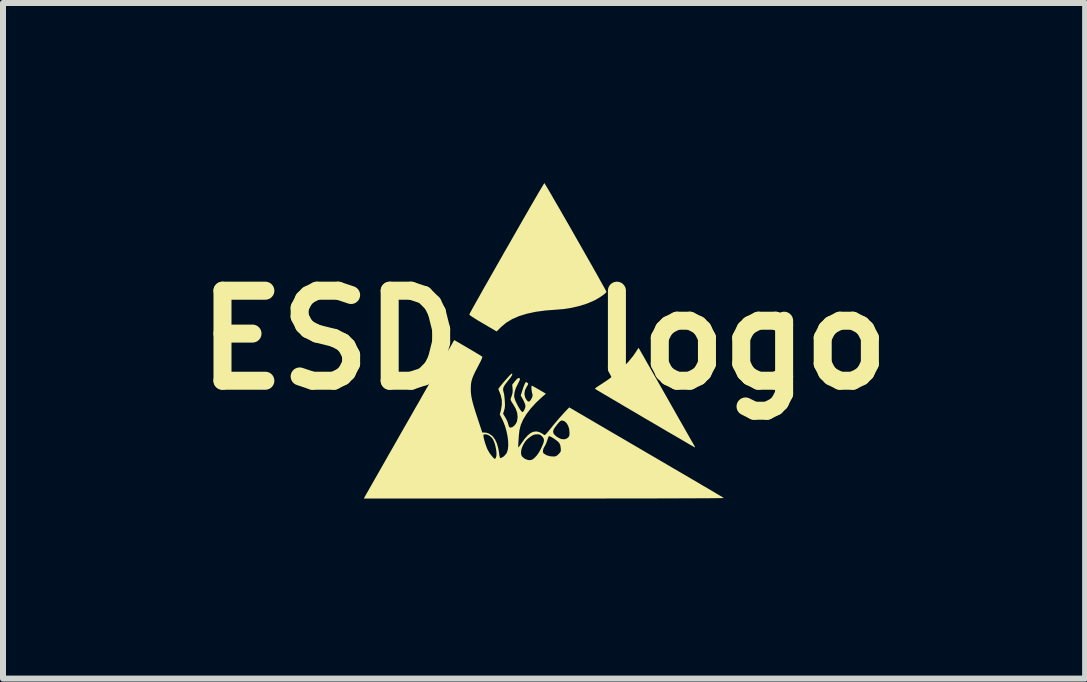
<source format=kicad_pcb>
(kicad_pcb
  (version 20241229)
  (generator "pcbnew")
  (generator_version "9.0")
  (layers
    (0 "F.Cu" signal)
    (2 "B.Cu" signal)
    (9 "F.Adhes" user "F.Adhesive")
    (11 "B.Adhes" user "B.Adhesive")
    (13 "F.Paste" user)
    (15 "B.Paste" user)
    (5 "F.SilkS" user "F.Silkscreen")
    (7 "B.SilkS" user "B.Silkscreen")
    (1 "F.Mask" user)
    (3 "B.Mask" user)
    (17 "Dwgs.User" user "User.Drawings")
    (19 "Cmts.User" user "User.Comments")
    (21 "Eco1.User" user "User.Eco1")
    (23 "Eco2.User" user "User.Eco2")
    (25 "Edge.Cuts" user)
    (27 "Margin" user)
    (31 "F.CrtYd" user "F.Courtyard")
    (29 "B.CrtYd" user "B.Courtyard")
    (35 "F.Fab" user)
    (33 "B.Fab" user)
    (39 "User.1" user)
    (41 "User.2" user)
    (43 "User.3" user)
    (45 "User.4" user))
  (footprint "ESD  logo"
    (layer "F.Cu")
    (at 6.014 2.615)
    (property "Reference" "ESD  logo" (at 0 0 0) (layer "F.SilkS") (effects (font (size 1.5 1.5) (thickness 0.3))))
    (attr exclude_from_pos_files exclude_from_bom)
    (fp_poly (pts (xy 1.591 0.157) (xy 1.599 0.17) (xy 1.615 0.199) (xy 1.64 0.242) (xy 1.673 0.3) (xy 1.712 0.369) (xy 1.758 0.449) (xy 1.809 0.539) (xy 1.865 0.637) (xy 1.925 0.742) (xy 1.988 0.853) (xy 2.046 0.955) (xy 2.111 1.07) (xy 2.174 1.181) (xy 2.233 1.286) (xy 2.289 1.383) (xy 2.34 1.473) (xy 2.385 1.552) (xy 2.424 1.621) (xy 2.456 1.677) (xy 2.481 1.72) (xy 2.496 1.747) (xy 2.503 1.758) (xy 2.513 1.779) (xy 2.516 1.789) (xy 2.514 1.79) (xy 2.505 1.785) (xy 2.479 1.77) (xy 2.438 1.747) (xy 2.384 1.716) (xy 2.318 1.677) (xy 2.24 1.631) (xy 2.152 1.58) (xy 2.055 1.524) (xy 1.95 1.462) (xy 1.839 1.397) (xy 1.723 1.329) (xy 1.681 1.305) (xy 1.563 1.235) (xy 1.45 1.169) (xy 1.343 1.106) (xy 1.244 1.047) (xy 1.153 0.994) (xy 1.071 0.945) (xy 1 0.904) (xy 0.942 0.869) (xy 0.896 0.842) (xy 0.866 0.823) (xy 0.85 0.814) (xy 0.849 0.813) (xy 0.854 0.805) (xy 0.873 0.789) (xy 0.903 0.768) (xy 0.933 0.749) (xy 1.065 0.662) (xy 1.188 0.568) (xy 1.3 0.469) (xy 1.4 0.368) (xy 1.484 0.266) (xy 1.528 0.202) (xy 1.574 0.13)) (stroke (width 0) (type solid)) (fill yes) (layer "F.SilkS"))
    (fp_poly (pts (xy 0.011 -2.606) (xy 0.026 -2.582) (xy 0.05 -2.543) (xy 0.08 -2.491) (xy 0.118 -2.427) (xy 0.161 -2.352) (xy 0.209 -2.269) (xy 0.262 -2.178) (xy 0.318 -2.08) (xy 0.377 -1.978) (xy 0.438 -1.872) (xy 0.499 -1.764) (xy 0.561 -1.655) (xy 0.623 -1.547) (xy 0.683 -1.441) (xy 0.741 -1.339) (xy 0.797 -1.241) (xy 0.848 -1.15) (xy 0.896 -1.066) (xy 0.937 -0.991) (xy 0.973 -0.927) (xy 1.002 -0.875) (xy 1.023 -0.836) (xy 1.036 -0.811) (xy 1.04 -0.803) (xy 1.032 -0.79) (xy 1.01 -0.769) (xy 0.977 -0.744) (xy 0.937 -0.717) (xy 0.892 -0.689) (xy 0.847 -0.664) (xy 0.837 -0.659) (xy 0.724 -0.61) (xy 0.597 -0.569) (xy 0.461 -0.537) (xy 0.32 -0.515) (xy 0.205 -0.506) (xy 0.024 -0.492) (xy -0.14 -0.47) (xy -0.287 -0.438) (xy -0.417 -0.398) (xy -0.531 -0.348) (xy -0.629 -0.289) (xy -0.712 -0.22) (xy -0.713 -0.219) (xy -0.79 -0.143) (xy -1.018 -0.277) (xy -1.093 -0.321) (xy -1.151 -0.357) (xy -1.195 -0.385) (xy -1.224 -0.405) (xy -1.24 -0.42) (xy -1.244 -0.428) (xy -1.239 -0.439) (xy -1.225 -0.465) (xy -1.202 -0.507) (xy -1.172 -0.562) (xy -1.134 -0.629) (xy -1.09 -0.707) (xy -1.041 -0.795) (xy -0.987 -0.891) (xy -0.928 -0.994) (xy -0.866 -1.103) (xy -0.802 -1.216) (xy -0.735 -1.333) (xy -0.668 -1.452) (xy -0.599 -1.571) (xy -0.531 -1.69) (xy -0.464 -1.807) (xy -0.399 -1.921) (xy -0.336 -2.031) (xy -0.276 -2.135) (xy -0.22 -2.233) (xy -0.168 -2.322) (xy -0.122 -2.401) (xy -0.082 -2.47) (xy -0.048 -2.527) (xy -0.022 -2.571) (xy -0.004 -2.6) (xy 0.004 -2.614) (xy 0.005 -2.615)) (stroke (width 0) (type solid)) (fill yes) (layer "F.SilkS"))
    (fp_poly (pts (xy -1.267 0.134) (xy -1.206 0.17) (xy -1.15 0.203) (xy -1.102 0.232) (xy -1.064 0.255) (xy -1.039 0.271) (xy -1.029 0.278) (xy -1.029 0.289) (xy -1.039 0.316) (xy -1.058 0.358) (xy -1.088 0.416) (xy -1.104 0.447) (xy -1.144 0.522) (xy -1.173 0.584) (xy -1.194 0.637) (xy -1.209 0.686) (xy -1.217 0.733) (xy -1.22 0.784) (xy -1.22 0.812) (xy -1.22 0.856) (xy -1.216 0.9) (xy -1.21 0.945) (xy -1.2 0.994) (xy -1.186 1.05) (xy -1.167 1.116) (xy -1.143 1.195) (xy -1.112 1.29) (xy -1.111 1.293) (xy -1.029 1.541) (xy -0.991 1.541) (xy -0.959 1.545) (xy -0.922 1.558) (xy -0.909 1.564) (xy -0.858 1.601) (xy -0.817 1.656) (xy -0.784 1.727) (xy -0.76 1.815) (xy -0.749 1.883) (xy -0.743 1.925) (xy -0.738 1.95) (xy -0.733 1.963) (xy -0.725 1.967) (xy -0.716 1.965) (xy -0.671 1.94) (xy -0.633 1.898) (xy -0.619 1.873) (xy -0.618 1.873) (xy -0.384 1.873) (xy -0.379 1.915) (xy -0.365 1.942) (xy -0.32 1.979) (xy -0.27 1.998) (xy -0.242 2.001) (xy -0.217 1.999) (xy -0.195 1.991) (xy -0.172 1.975) (xy -0.149 1.954) (xy -0.117 1.919) (xy -0.088 1.877) (xy -0.071 1.848) (xy -0.019 1.848) (xy -0.015 1.877) (xy -0.006 1.89) (xy 0.044 1.92) (xy 0.104 1.937) (xy 0.144 1.94) (xy 0.178 1.94) (xy 0.201 1.934) (xy 0.221 1.921) (xy 0.242 1.901) (xy 0.265 1.877) (xy 0.276 1.859) (xy 0.28 1.838) (xy 0.279 1.805) (xy 0.278 1.802) (xy 0.272 1.756) (xy 0.257 1.722) (xy 0.248 1.709) (xy 0.229 1.69) (xy 0.2 1.667) (xy 0.166 1.643) (xy 0.132 1.622) (xy 0.103 1.606) (xy 0.084 1.601) (xy 0.076 1.61) (xy 0.066 1.633) (xy 0.056 1.664) (xy 0.042 1.706) (xy 0.023 1.748) (xy 0.009 1.772) (xy -0.011 1.811) (xy -0.019 1.848) (xy -0.071 1.848) (xy -0.057 1.822) (xy -0.049 1.806) (xy -0.023 1.749) (xy -0.007 1.706) (xy -0.001 1.672) (xy -0.005 1.645) (xy -0.019 1.621) (xy -0.034 1.605) (xy -0.058 1.583) (xy -0.081 1.573) (xy -0.112 1.571) (xy -0.118 1.571) (xy -0.151 1.573) (xy -0.179 1.582) (xy -0.211 1.6) (xy -0.223 1.608) (xy -0.275 1.648) (xy -0.314 1.691) (xy -0.346 1.744) (xy -0.357 1.767) (xy -0.377 1.822) (xy -0.384 1.873) (xy -0.618 1.873) (xy -0.603 1.824) (xy -0.596 1.76) (xy -0.598 1.686) (xy -0.608 1.605) (xy -0.625 1.521) (xy -0.649 1.436) (xy -0.68 1.356) (xy -0.694 1.327) (xy -0.737 1.24) (xy -0.718 1.168) (xy -0.703 1.08) (xy -0.704 0.995) (xy -0.722 0.916) (xy -0.734 0.886) (xy -0.747 0.854) (xy -0.757 0.828) (xy -0.76 0.815) (xy -0.754 0.804) (xy -0.737 0.781) (xy -0.712 0.75) (xy -0.682 0.713) (xy -0.649 0.675) (xy -0.616 0.638) (xy -0.586 0.604) (xy -0.562 0.579) (xy -0.545 0.563) (xy -0.54 0.56) (xy -0.529 0.564) (xy -0.529 0.576) (xy -0.54 0.598) (xy -0.563 0.632) (xy -0.6 0.678) (xy -0.601 0.679) (xy -0.638 0.726) (xy -0.663 0.762) (xy -0.677 0.791) (xy -0.682 0.818) (xy -0.68 0.846) (xy -0.671 0.88) (xy -0.671 0.88) (xy -0.665 0.906) (xy -0.66 0.944) (xy -0.656 0.99) (xy -0.654 1.016) (xy -0.651 1.07) (xy -0.652 1.11) (xy -0.657 1.143) (xy -0.665 1.173) (xy -0.682 1.229) (xy -0.645 1.29) (xy -0.623 1.33) (xy -0.605 1.372) (xy -0.596 1.403) (xy -0.587 1.434) (xy -0.578 1.451) (xy -0.565 1.458) (xy -0.558 1.459) (xy -0.532 1.453) (xy -0.502 1.433) (xy -0.476 1.403) (xy -0.456 1.369) (xy -0.451 1.355) (xy -0.44 1.285) (xy -0.447 1.215) (xy -0.472 1.144) (xy -0.515 1.069) (xy -0.52 1.062) (xy -0.544 1.024) (xy -0.556 0.996) (xy -0.557 0.983) (xy -0.55 0.963) (xy -0.54 0.934) (xy -0.535 0.92) (xy -0.525 0.882) (xy -0.522 0.838) (xy -0.524 0.809) (xy -0.53 0.743) (xy -0.484 0.686) (xy -0.456 0.654) (xy -0.435 0.636) (xy -0.42 0.632) (xy -0.406 0.639) (xy -0.403 0.641) (xy -0.401 0.653) (xy -0.408 0.675) (xy -0.426 0.711) (xy -0.436 0.731) (xy -0.47 0.801) (xy -0.491 0.868) (xy -0.498 0.928) (xy -0.495 0.959) (xy -0.486 0.989) (xy -0.471 1.027) (xy -0.45 1.069) (xy -0.428 1.111) (xy -0.405 1.149) (xy -0.384 1.179) (xy -0.367 1.197) (xy -0.36 1.2) (xy -0.346 1.192) (xy -0.331 1.17) (xy -0.319 1.141) (xy -0.311 1.112) (xy -0.31 1.1) (xy -0.316 1.069) (xy -0.333 1.027) (xy -0.349 0.995) (xy -0.388 0.924) (xy -0.363 0.845) (xy -0.345 0.79) (xy -0.328 0.746) (xy -0.314 0.715) (xy -0.303 0.701) (xy -0.3 0.7) (xy -0.288 0.706) (xy -0.275 0.714) (xy -0.266 0.722) (xy -0.264 0.732) (xy -0.27 0.748) (xy -0.287 0.775) (xy -0.291 0.781) (xy -0.319 0.84) (xy -0.327 0.898) (xy -0.316 0.953) (xy -0.297 0.989) (xy -0.275 1.017) (xy -0.255 1.027) (xy -0.236 1.018) (xy -0.216 0.989) (xy -0.21 0.978) (xy -0.196 0.949) (xy -0.191 0.927) (xy -0.193 0.903) (xy -0.198 0.886) (xy -0.205 0.853) (xy -0.209 0.819) (xy -0.21 0.788) (xy -0.208 0.767) (xy -0.204 0.76) (xy -0.193 0.765) (xy -0.169 0.778) (xy -0.134 0.798) (xy -0.092 0.822) (xy -0.083 0.827) (xy 0.031 0.894) (xy -0.032 0.949) (xy -0.133 1.044) (xy -0.22 1.139) (xy -0.292 1.233) (xy -0.348 1.325) (xy -0.387 1.413) (xy -0.408 1.496) (xy -0.409 1.501) (xy -0.414 1.542) (xy -0.419 1.59) (xy -0.423 1.64) (xy -0.426 1.689) (xy -0.429 1.732) (xy -0.43 1.766) (xy -0.429 1.786) (xy -0.428 1.791) (xy -0.421 1.783) (xy -0.405 1.762) (xy -0.385 1.733) (xy -0.376 1.72) (xy -0.322 1.645) (xy -0.273 1.59) (xy -0.226 1.551) (xy -0.18 1.53) (xy -0.134 1.523) (xy -0.115 1.525) (xy -0.078 1.535) (xy -0.044 1.551) (xy -0.038 1.554) (xy -0.014 1.57) (xy 0.004 1.582) (xy 0.007 1.584) (xy 0.018 1.579) (xy 0.039 1.56) (xy 0.068 1.526) (xy 0.069 1.526) (xy 0.151 1.526) (xy 0.156 1.551) (xy 0.17 1.574) (xy 0.203 1.605) (xy 0.246 1.632) (xy 0.29 1.65) (xy 0.294 1.651) (xy 0.341 1.654) (xy 0.382 1.639) (xy 0.4 1.624) (xy 0.414 1.608) (xy 0.422 1.589) (xy 0.424 1.562) (xy 0.424 1.537) (xy 0.418 1.478) (xy 0.401 1.427) (xy 0.375 1.384) (xy 0.344 1.355) (xy 0.308 1.341) (xy 0.3 1.341) (xy 0.284 1.343) (xy 0.267 1.354) (xy 0.246 1.375) (xy 0.217 1.409) (xy 0.211 1.417) (xy 0.177 1.462) (xy 0.157 1.497) (xy 0.151 1.526) (xy 0.069 1.526) (xy 0.087 1.503) (xy 0.167 1.404) (xy 0.249 1.307) (xy 0.328 1.219) (xy 0.356 1.189) (xy 0.42 1.122) (xy 1.173 1.563) (xy 1.302 1.638) (xy 1.438 1.718) (xy 1.579 1.8) (xy 1.722 1.884) (xy 1.863 1.966) (xy 2.001 2.047) (xy 2.132 2.124) (xy 2.254 2.195) (xy 2.364 2.259) (xy 2.456 2.313) (xy 2.55 2.368) (xy 2.639 2.421) (xy 2.722 2.469) (xy 2.797 2.513) (xy 2.862 2.552) (xy 2.916 2.584) (xy 2.957 2.608) (xy 2.984 2.625) (xy 2.995 2.632) (xy 2.996 2.632) (xy 2.987 2.633) (xy 2.958 2.634) (xy 2.911 2.634) (xy 2.846 2.635) (xy 2.763 2.636) (xy 2.664 2.636) (xy 2.548 2.637) (xy 2.417 2.638) (xy 2.271 2.638) (xy 2.11 2.639) (xy 1.936 2.639) (xy 1.749 2.64) (xy 1.55 2.64) (xy 1.339 2.64) (xy 1.117 2.64) (xy 0.885 2.641) (xy 0.643 2.641) (xy 0.391 2.641) (xy 0.132 2.641) (xy 0.002 2.641) (xy -3.002 2.641) (xy -2.987 2.613) (xy -2.981 2.601) (xy -2.965 2.573) (xy -2.94 2.53) (xy -2.908 2.473) (xy -2.868 2.403) (xy -2.822 2.322) (xy -2.77 2.231) (xy -2.713 2.131) (xy -2.651 2.022) (xy -2.586 1.907) (xy -2.517 1.787) (xy -2.446 1.662) (xy -2.407 1.593) (xy -1.01 1.593) (xy -1.007 1.622) (xy -0.997 1.663) (xy -0.983 1.712) (xy -0.966 1.762) (xy -0.949 1.807) (xy -0.94 1.826) (xy -0.921 1.86) (xy -0.898 1.896) (xy -0.872 1.93) (xy -0.848 1.958) (xy -0.829 1.976) (xy -0.819 1.981) (xy -0.809 1.972) (xy -0.799 1.953) (xy -0.792 1.917) (xy -0.793 1.868) (xy -0.801 1.812) (xy -0.813 1.754) (xy -0.83 1.7) (xy -0.851 1.655) (xy -0.867 1.631) (xy -0.908 1.594) (xy -0.954 1.574) (xy -0.98 1.571) (xy -1.002 1.573) (xy -1.01 1.584) (xy -1.01 1.593) (xy -2.407 1.593) (xy -2.373 1.534) (xy -2.299 1.404) (xy -2.224 1.274) (xy -2.15 1.143) (xy -2.076 1.015) (xy -2.005 0.889) (xy -1.935 0.767) (xy -1.868 0.651) (xy -1.805 0.54) (xy -1.747 0.438) (xy -1.693 0.344) (xy -1.645 0.26) (xy -1.603 0.187) (xy -1.568 0.126) (xy -1.541 0.079) (xy -1.523 0.046) (xy -1.513 0.029) (xy -1.512 0.028) (xy -1.495 0.001)) (stroke (width 0) (type solid)) (fill yes) (layer "F.SilkS")))
  (gr_rect
    (start -3 -3)
    (end 15.029 8.256)
    (stroke (width 0.1) (type default))
    (fill no)
    (layer "Edge.Cuts")))
</source>
